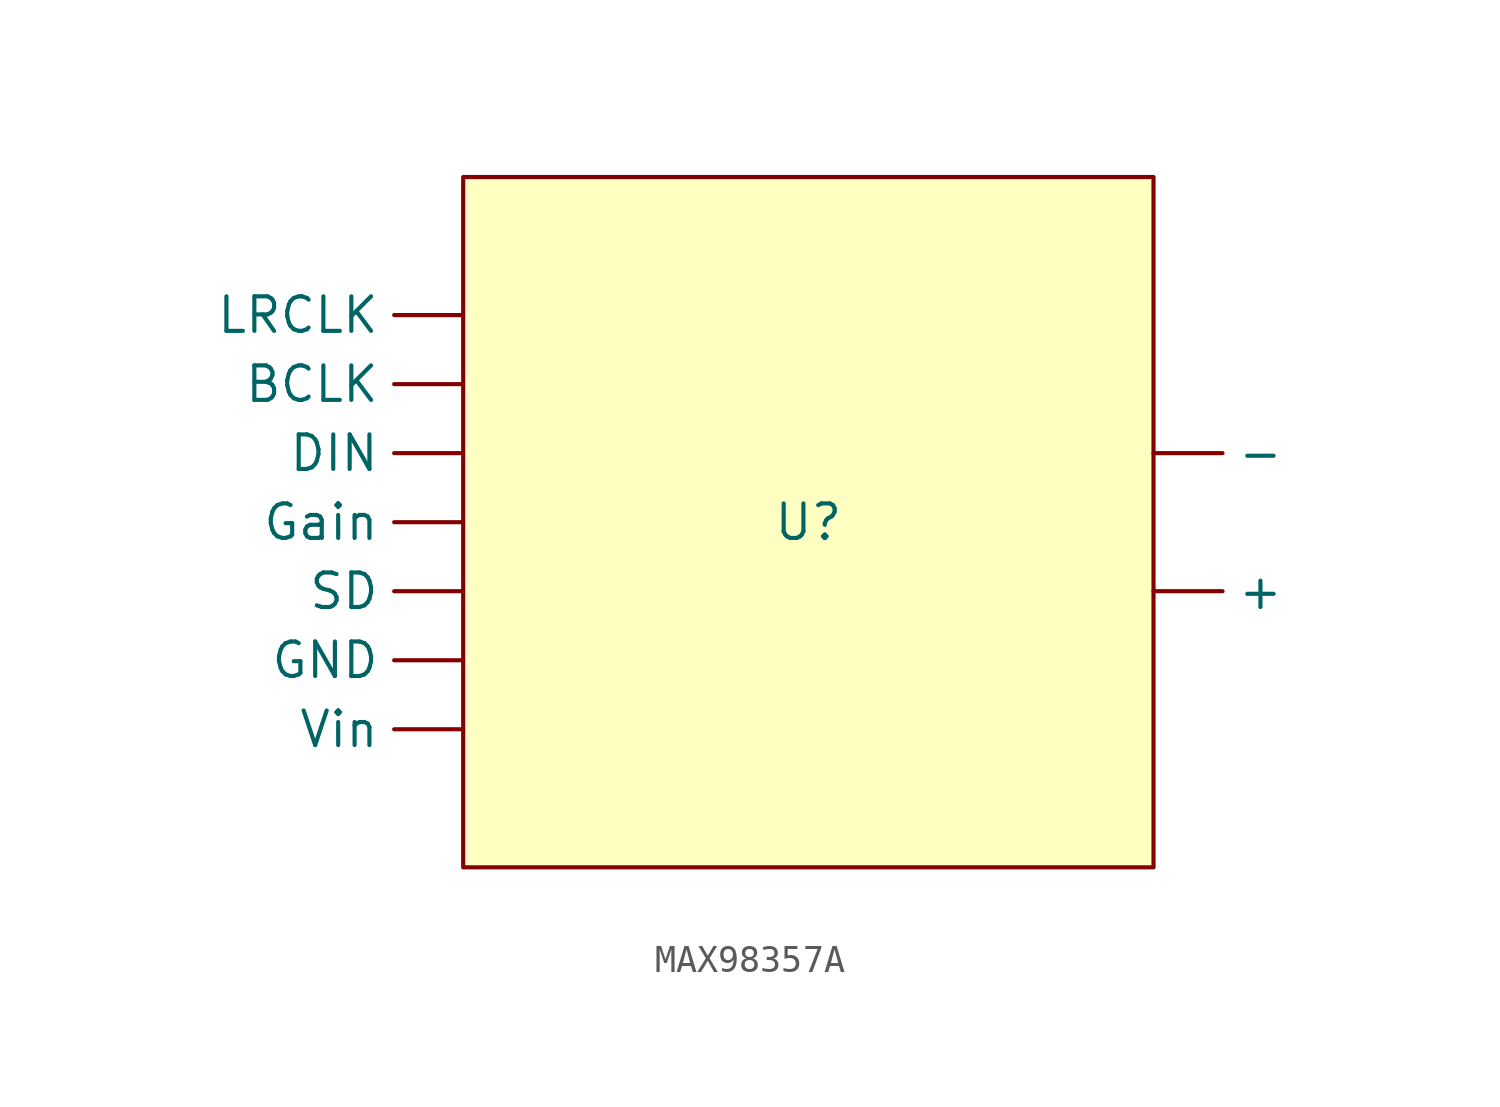
<source format=kicad_sym>
(kicad_symbol_lib
  (version 20220914)
  (generator kicad_symbol_editor)
  (symbol "MAX98357A"
    (property "Reference" "U"
      (at 0 0 0)
      (effects (font (size 1.27 1.27))))
    (property "Value" ""
      (at 0 0 0)
      (effects (font (size 1.27 1.27))))
    (symbol "MAX98357A_1_1"
      (polyline (pts (xy -12.7 12.7) (xy 12.7 12.7) (xy 12.7 -12.7) (xy -12.7 -12.7) (xy -12.7 12.7)) (stroke (width 0) (type default)) (fill (type background)))
      (pin bidirectional line (at 12.7 -2.54 0) (length 2.54) (name "+" (effects (font (size 1.27 1.27)))) (number "" (effects (font (size 1.27 1.27)))))
      (pin bidirectional line (at 12.7 2.54 0) (length 2.54) (name "-" (effects (font (size 1.27 1.27)))) (number "" (effects (font (size 1.27 1.27)))))
      (pin bidirectional line (at -12.7 5.08 180) (length 2.54) (name "BCLK" (effects (font (size 1.27 1.27)))) (number "" (effects (font (size 1.27 1.27)))))
      (pin bidirectional line (at -12.7 2.54 180) (length 2.54) (name "DIN" (effects (font (size 1.27 1.27)))) (number "" (effects (font (size 1.27 1.27)))))
      (pin bidirectional line (at -12.7 -5.08 180) (length 2.54) (name "GND" (effects (font (size 1.27 1.27)))) (number "" (effects (font (size 1.27 1.27)))))
      (pin bidirectional line (at -12.7 0 180) (length 2.54) (name "Gain" (effects (font (size 1.27 1.27)))) (number "" (effects (font (size 1.27 1.27)))))
      (pin bidirectional line (at -12.7 7.62 180) (length 2.54) (name "LRCLK" (effects (font (size 1.27 1.27)))) (number "" (effects (font (size 1.27 1.27)))))
      (pin bidirectional line (at -12.7 -2.54 180) (length 2.54) (name "SD" (effects (font (size 1.27 1.27)))) (number "" (effects (font (size 1.27 1.27)))))
      (pin bidirectional line (at -12.7 -7.62 180) (length 2.54) (name "Vin" (effects (font (size 1.27 1.27)))) (number "" (effects (font (size 1.27 1.27))))))))
</source>
